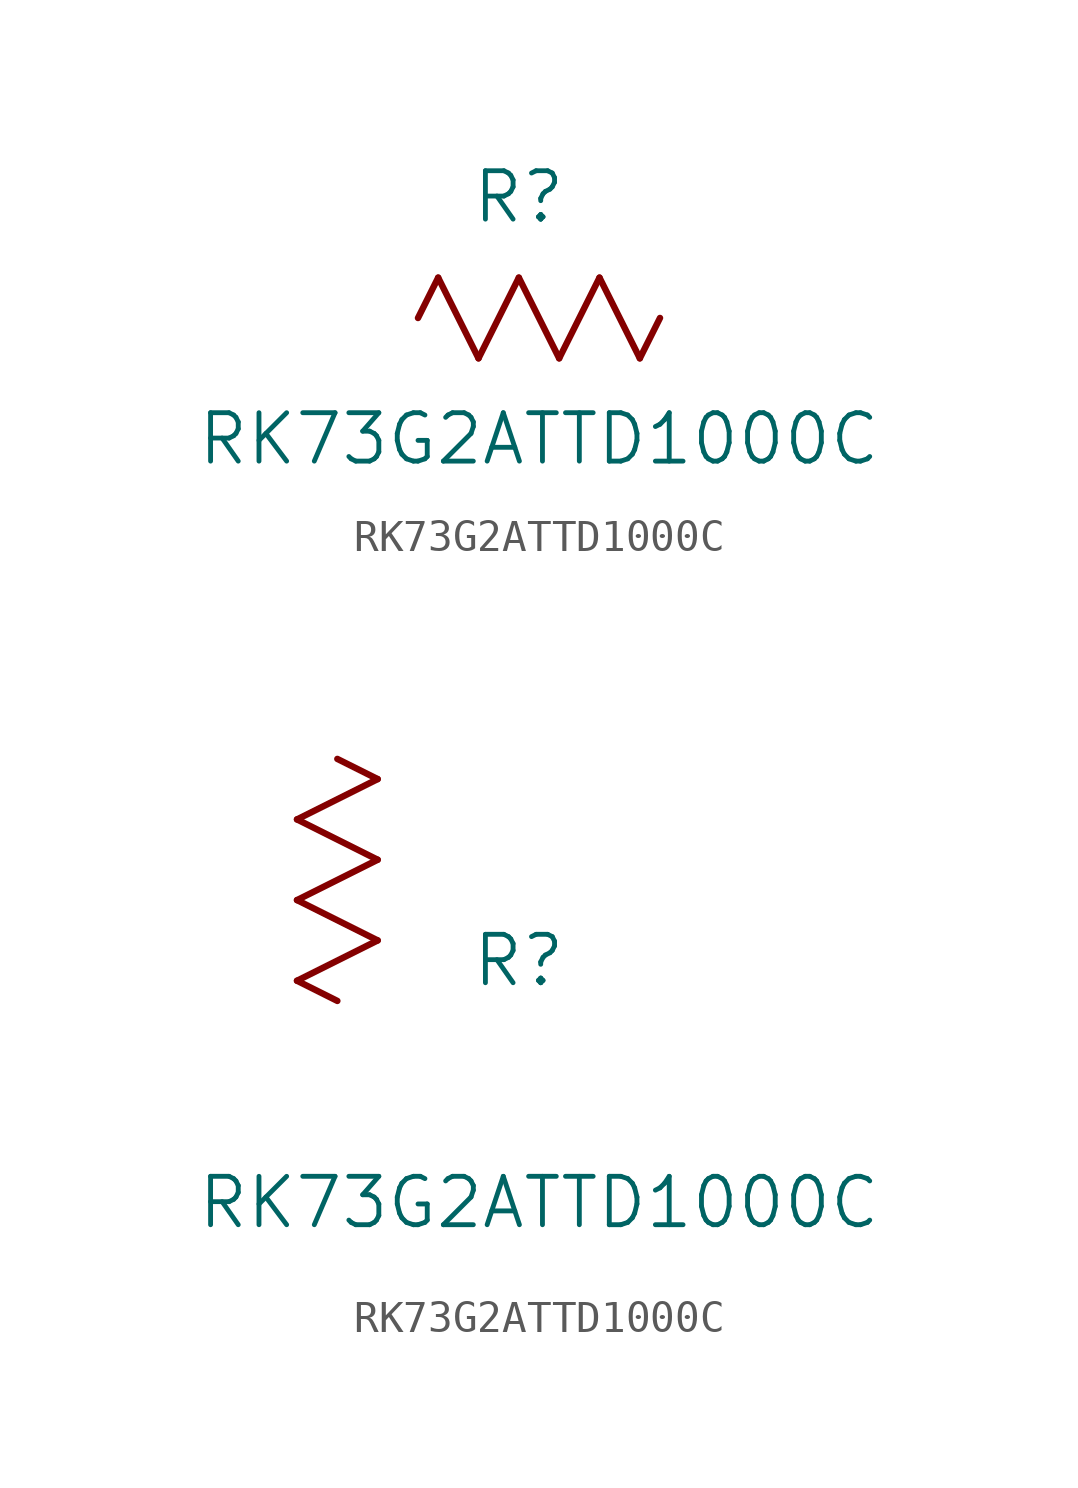
<source format=kicad_sym>
(kicad_symbol_lib
  (version 20211014)
  (generator kicad_symbol_editor)
  (symbol "RK73G2ATTD1000C"
    (pin_names
      (offset 0.254))
    (property "Reference" "R"
      (at 5.715 3.81 0)
      (effects (font (size 1.524 1.524))))
    (property "Value" "RK73G2ATTD1000C"
      (at 6.35 -3.81 0)
      (effects (font (size 1.524 1.524))))
    (symbol "RK73G2ATTD1000C_1_1"
      (polyline (pts (xy 3.175 1.27) (xy 4.445 -1.27)) (stroke (width .2032) (type default) (color 0 0 0 0)) (fill (type none)))
      (polyline (pts (xy 4.445 -1.27) (xy 5.715 1.27)) (stroke (width .2032) (type default) (color 0 0 0 0)) (fill (type none)))
      (polyline (pts (xy 5.715 1.27) (xy 6.985 -1.27)) (stroke (width .2032) (type default) (color 0 0 0 0)) (fill (type none)))
      (polyline (pts (xy 6.985 -1.27) (xy 8.255 1.27)) (stroke (width .2032) (type default) (color 0 0 0 0)) (fill (type none)))
      (polyline (pts (xy 8.255 1.27) (xy 9.525 -1.27)) (stroke (width .2032) (type default) (color 0 0 0 0)) (fill (type none)))
      (polyline (pts (xy 2.54 0) (xy 3.175 1.27)) (stroke (width .2032) (type default) (color 0 0 0 0)) (fill (type none)))
      (polyline (pts (xy 9.525 -1.27) (xy 10.16 0)) (stroke (width .2032) (type default) (color 0 0 0 0)) (fill (type none))))
    (symbol "RK73G2ATTD1000C_1_2"
      (polyline (pts (xy 0 2.54) (xy -1.27 3.175)) (stroke (width .2032) (type default) (color 0 0 0 0)) (fill (type none)))
      (polyline (pts (xy -1.27 3.175) (xy 1.27 4.445)) (stroke (width .2032) (type default) (color 0 0 0 0)) (fill (type none)))
      (polyline (pts (xy 1.27 4.445) (xy -1.27 5.715)) (stroke (width .2032) (type default) (color 0 0 0 0)) (fill (type none)))
      (polyline (pts (xy -1.27 5.715) (xy 1.27 6.985)) (stroke (width .2032) (type default) (color 0 0 0 0)) (fill (type none)))
      (polyline (pts (xy -1.27 8.255) (xy 1.27 9.525)) (stroke (width .2032) (type default) (color 0 0 0 0)) (fill (type none)))
      (polyline (pts (xy 1.27 9.525) (xy 0 10.16)) (stroke (width .2032) (type default) (color 0 0 0 0)) (fill (type none)))
      (polyline (pts (xy 1.27 6.985) (xy -1.27 8.255)) (stroke (width .2032) (type default) (color 0 0 0 0)) (fill (type none))))))
</source>
